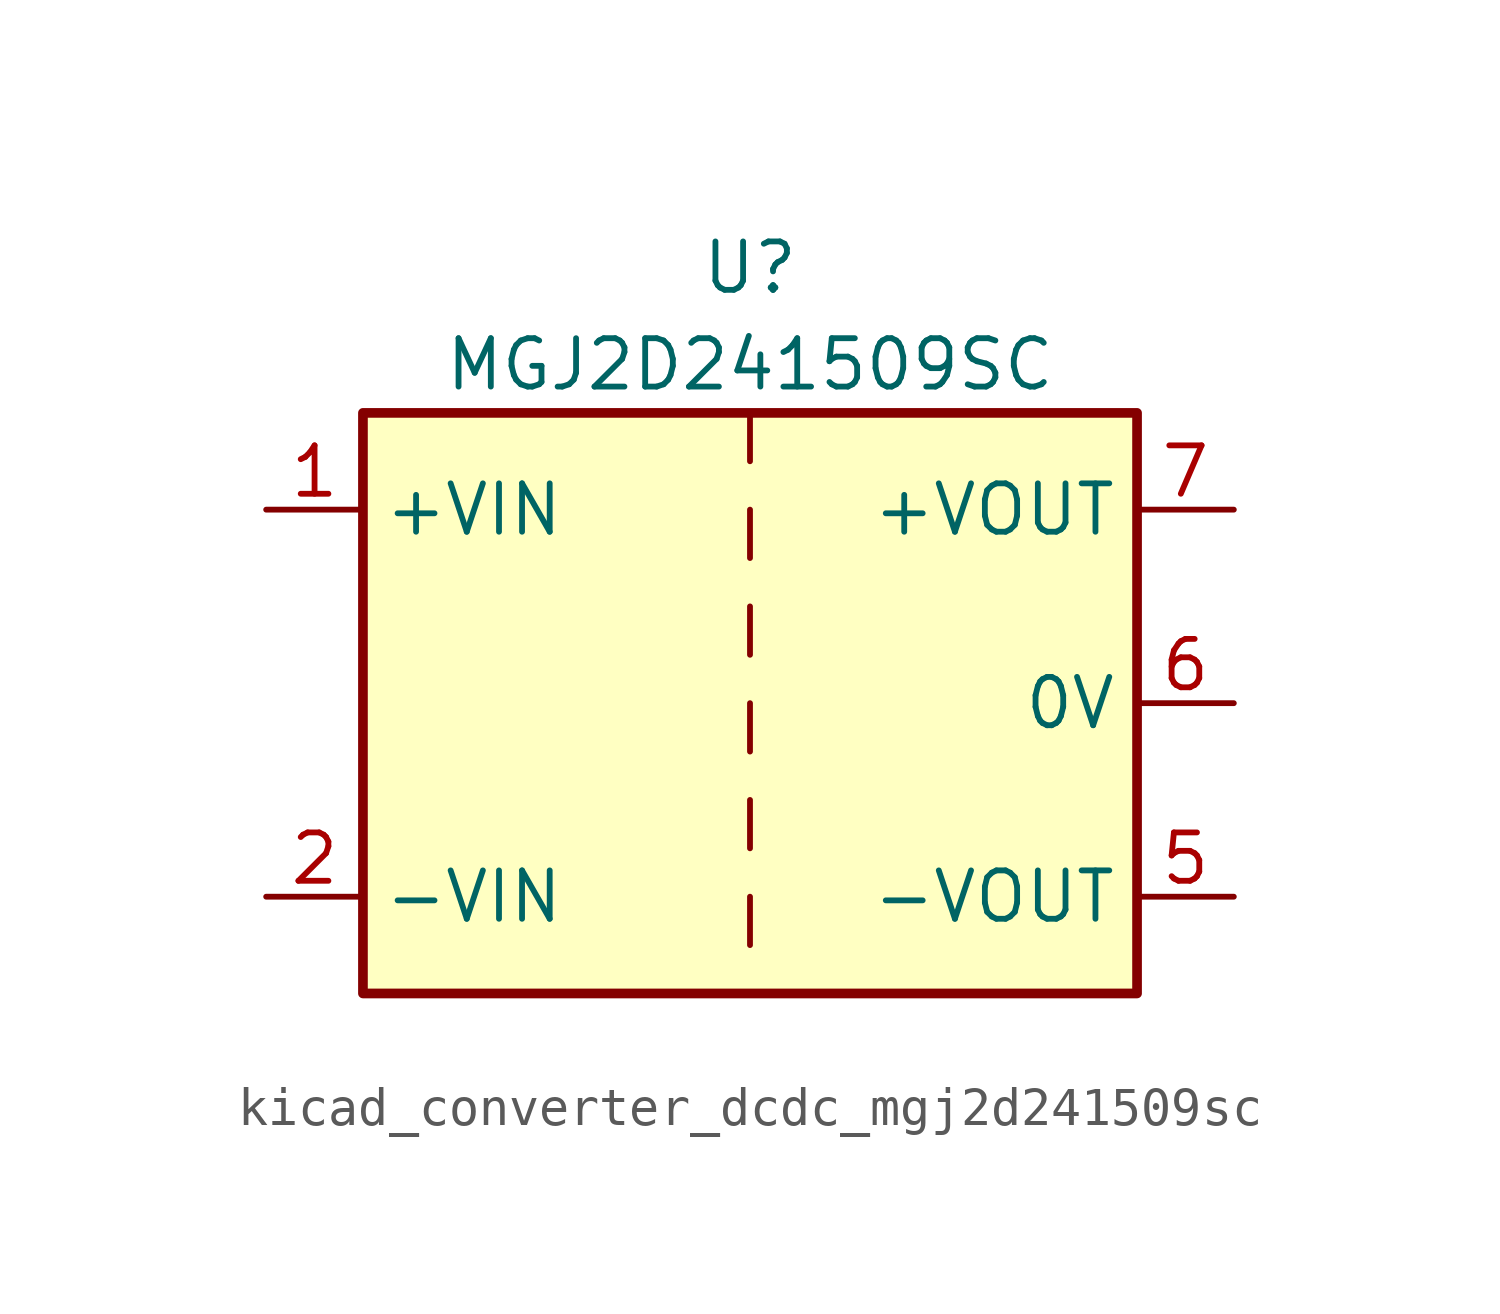
<source format=kicad_sym>
(kicad_symbol_lib
  (version 20220914)
  (generator kicad_symbol_editor)
  (symbol "kicad_converter_dcdc_mgj2d241509sc"
    (property "Reference" "U"
      (at 0 11.43 0)
      (effects (font (size 1.27 1.27))))
    (property "Value" "MGJ2D241509SC"
      (at 0 8.89 0)
      (effects (font (size 1.27 1.27))))
    (symbol "kicad_converter_dcdc_mgj2d241509sc_0_1"
      (rectangle (start -10.16 7.62) (end 10.16 -7.62) (stroke (width 0.254) (type default)) (fill (type background)))
      (polyline (pts (xy 0 -5.08) (xy 0 -6.35)) (stroke (width 0) (type default)) (fill (type none)))
      (polyline (pts (xy 0 -2.54) (xy 0 -3.81)) (stroke (width 0) (type default)) (fill (type none)))
      (polyline (pts (xy 0 0) (xy 0 -1.27)) (stroke (width 0) (type default)) (fill (type none)))
      (polyline (pts (xy 0 2.54) (xy 0 1.27)) (stroke (width 0) (type default)) (fill (type none)))
      (polyline (pts (xy 0 5.08) (xy 0 3.81)) (stroke (width 0) (type default)) (fill (type none)))
      (polyline (pts (xy 0 7.62) (xy 0 6.35)) (stroke (width 0) (type default)) (fill (type none))))
    (symbol "kicad_converter_dcdc_mgj2d241509sc_1_1"
      (pin power_in line (at -12.7 5.08 0) (length 2.54) (name "+VIN" (effects (font (size 1.27 1.27)))) (number "1" (effects (font (size 1.27 1.27)))))
      (pin power_in line (at -12.7 -5.08 0) (length 2.54) (name "-VIN" (effects (font (size 1.27 1.27)))) (number "2" (effects (font (size 1.27 1.27)))))
      (pin power_out line (at 12.7 -5.08 180) (length 2.54) (name "-VOUT" (effects (font (size 1.27 1.27)))) (number "5" (effects (font (size 1.27 1.27)))))
      (pin power_out line (at 12.7 0 180) (length 2.54) (name "0V" (effects (font (size 1.27 1.27)))) (number "6" (effects (font (size 1.27 1.27)))))
      (pin power_out line (at 12.7 5.08 180) (length 2.54) (name "+VOUT" (effects (font (size 1.27 1.27)))) (number "7" (effects (font (size 1.27 1.27))))))))
</source>
